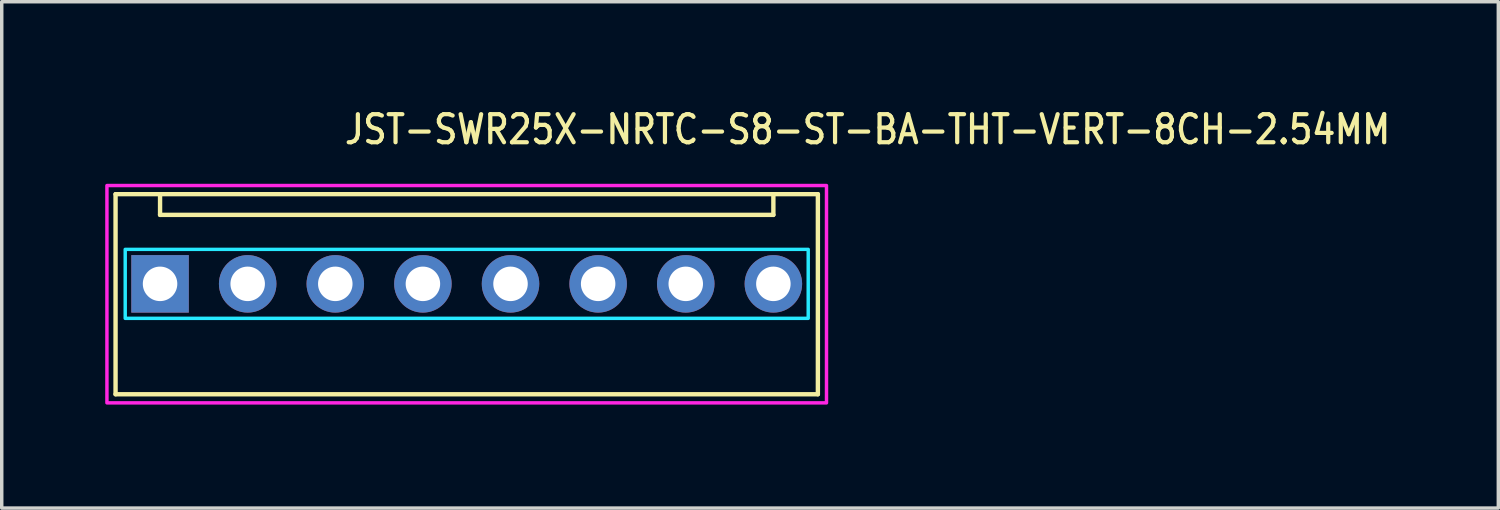
<source format=kicad_pcb>
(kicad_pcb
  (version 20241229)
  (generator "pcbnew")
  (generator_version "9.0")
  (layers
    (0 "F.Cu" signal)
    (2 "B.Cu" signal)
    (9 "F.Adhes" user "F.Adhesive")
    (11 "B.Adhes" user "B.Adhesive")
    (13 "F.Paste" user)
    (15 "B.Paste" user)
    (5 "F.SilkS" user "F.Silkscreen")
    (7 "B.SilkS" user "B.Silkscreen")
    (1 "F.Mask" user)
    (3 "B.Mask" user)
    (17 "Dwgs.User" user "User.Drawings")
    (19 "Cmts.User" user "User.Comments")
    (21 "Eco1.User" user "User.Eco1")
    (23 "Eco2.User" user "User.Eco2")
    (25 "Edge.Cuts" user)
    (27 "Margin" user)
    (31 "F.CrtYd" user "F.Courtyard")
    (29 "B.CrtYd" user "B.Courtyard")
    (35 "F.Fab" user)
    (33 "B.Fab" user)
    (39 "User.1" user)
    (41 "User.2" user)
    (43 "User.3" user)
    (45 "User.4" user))
  (footprint "JST-SWR25X-NRTC-S8-ST-BA-THT-VERT-8CH-2.54MM"
    (layer "F.Cu")
    (at 10.48 5.179)
    (property "Reference" "JST-SWR25X-NRTC-S8-ST-BA-THT-VERT-8CH-2.54MM" (at -3.6 -4 0) (unlocked yes) (layer "F.SilkS") (effects (font (size 0.813 0.695) (thickness 0.122)) (justify left bottom)))
    (fp_line (start -10.18 -2.6) (end 10.18 -2.6) (stroke (width 0.127) (type solid)) (layer "F.SilkS"))
    (fp_line (start -10.18 3.2) (end -10.18 -2.6) (stroke (width 0.127) (type solid)) (layer "F.SilkS"))
    (fp_line (start -10.18 3.2) (end 10.18 3.2) (stroke (width 0.127) (type solid)) (layer "F.SilkS"))
    (fp_line (start -8.89 -2.6) (end -8.89 -2) (stroke (width 0.127) (type solid)) (layer "F.SilkS"))
    (fp_line (start -8.89 -2) (end 8.89 -2) (stroke (width 0.127) (type solid)) (layer "F.SilkS"))
    (fp_line (start 8.89 -2.6) (end 8.89 -2) (stroke (width 0.127) (type solid)) (layer "F.SilkS"))
    (fp_line (start 10.18 -2.6) (end 10.18 3.2) (stroke (width 0.127) (type solid)) (layer "F.SilkS"))
    (fp_poly (pts (xy -9.9 -1) (xy -9.9 1) (xy 9.9 1) (xy 9.9 -1)) (stroke (width 0.1) (type solid)) (fill no) (layer "B.CrtYd"))
    (fp_poly (pts (xy -10.43 -2.85) (xy -10.43 3.45) (xy 10.43 3.45) (xy 10.43 -2.85)) (stroke (width 0.1) (type solid)) (fill no) (layer "F.CrtYd"))
    (pad "1" thru_hole rect (at -8.89 0) (size 1.667 1.667) (drill 1) (layers "*.Cu" "*.Mask"))
    (pad "2" thru_hole oval (at -6.35 0) (size 1.667 1.667) (drill 1) (layers "*.Cu" "*.Mask"))
    (pad "3" thru_hole oval (at -3.81 0) (size 1.667 1.667) (drill 1) (layers "*.Cu" "*.Mask"))
    (pad "4" thru_hole oval (at -1.27 0) (size 1.667 1.667) (drill 1) (layers "*.Cu" "*.Mask"))
    (pad "5" thru_hole oval (at 1.27 0) (size 1.667 1.667) (drill 1) (layers "*.Cu" "*.Mask"))
    (pad "6" thru_hole oval (at 3.81 0) (size 1.667 1.667) (drill 1) (layers "*.Cu" "*.Mask"))
    (pad "7" thru_hole oval (at 6.35 0) (size 1.667 1.667) (drill 1) (layers "*.Cu" "*.Mask"))
    (pad "8" thru_hole oval (at 8.89 0) (size 1.667 1.667) (drill 1) (layers "*.Cu" "*.Mask")))
  (gr_rect
    (start -3 -3)
    (end 40.386 11.679)
    (stroke (width 0.1) (type default))
    (fill no)
    (layer "Edge.Cuts")))
</source>
